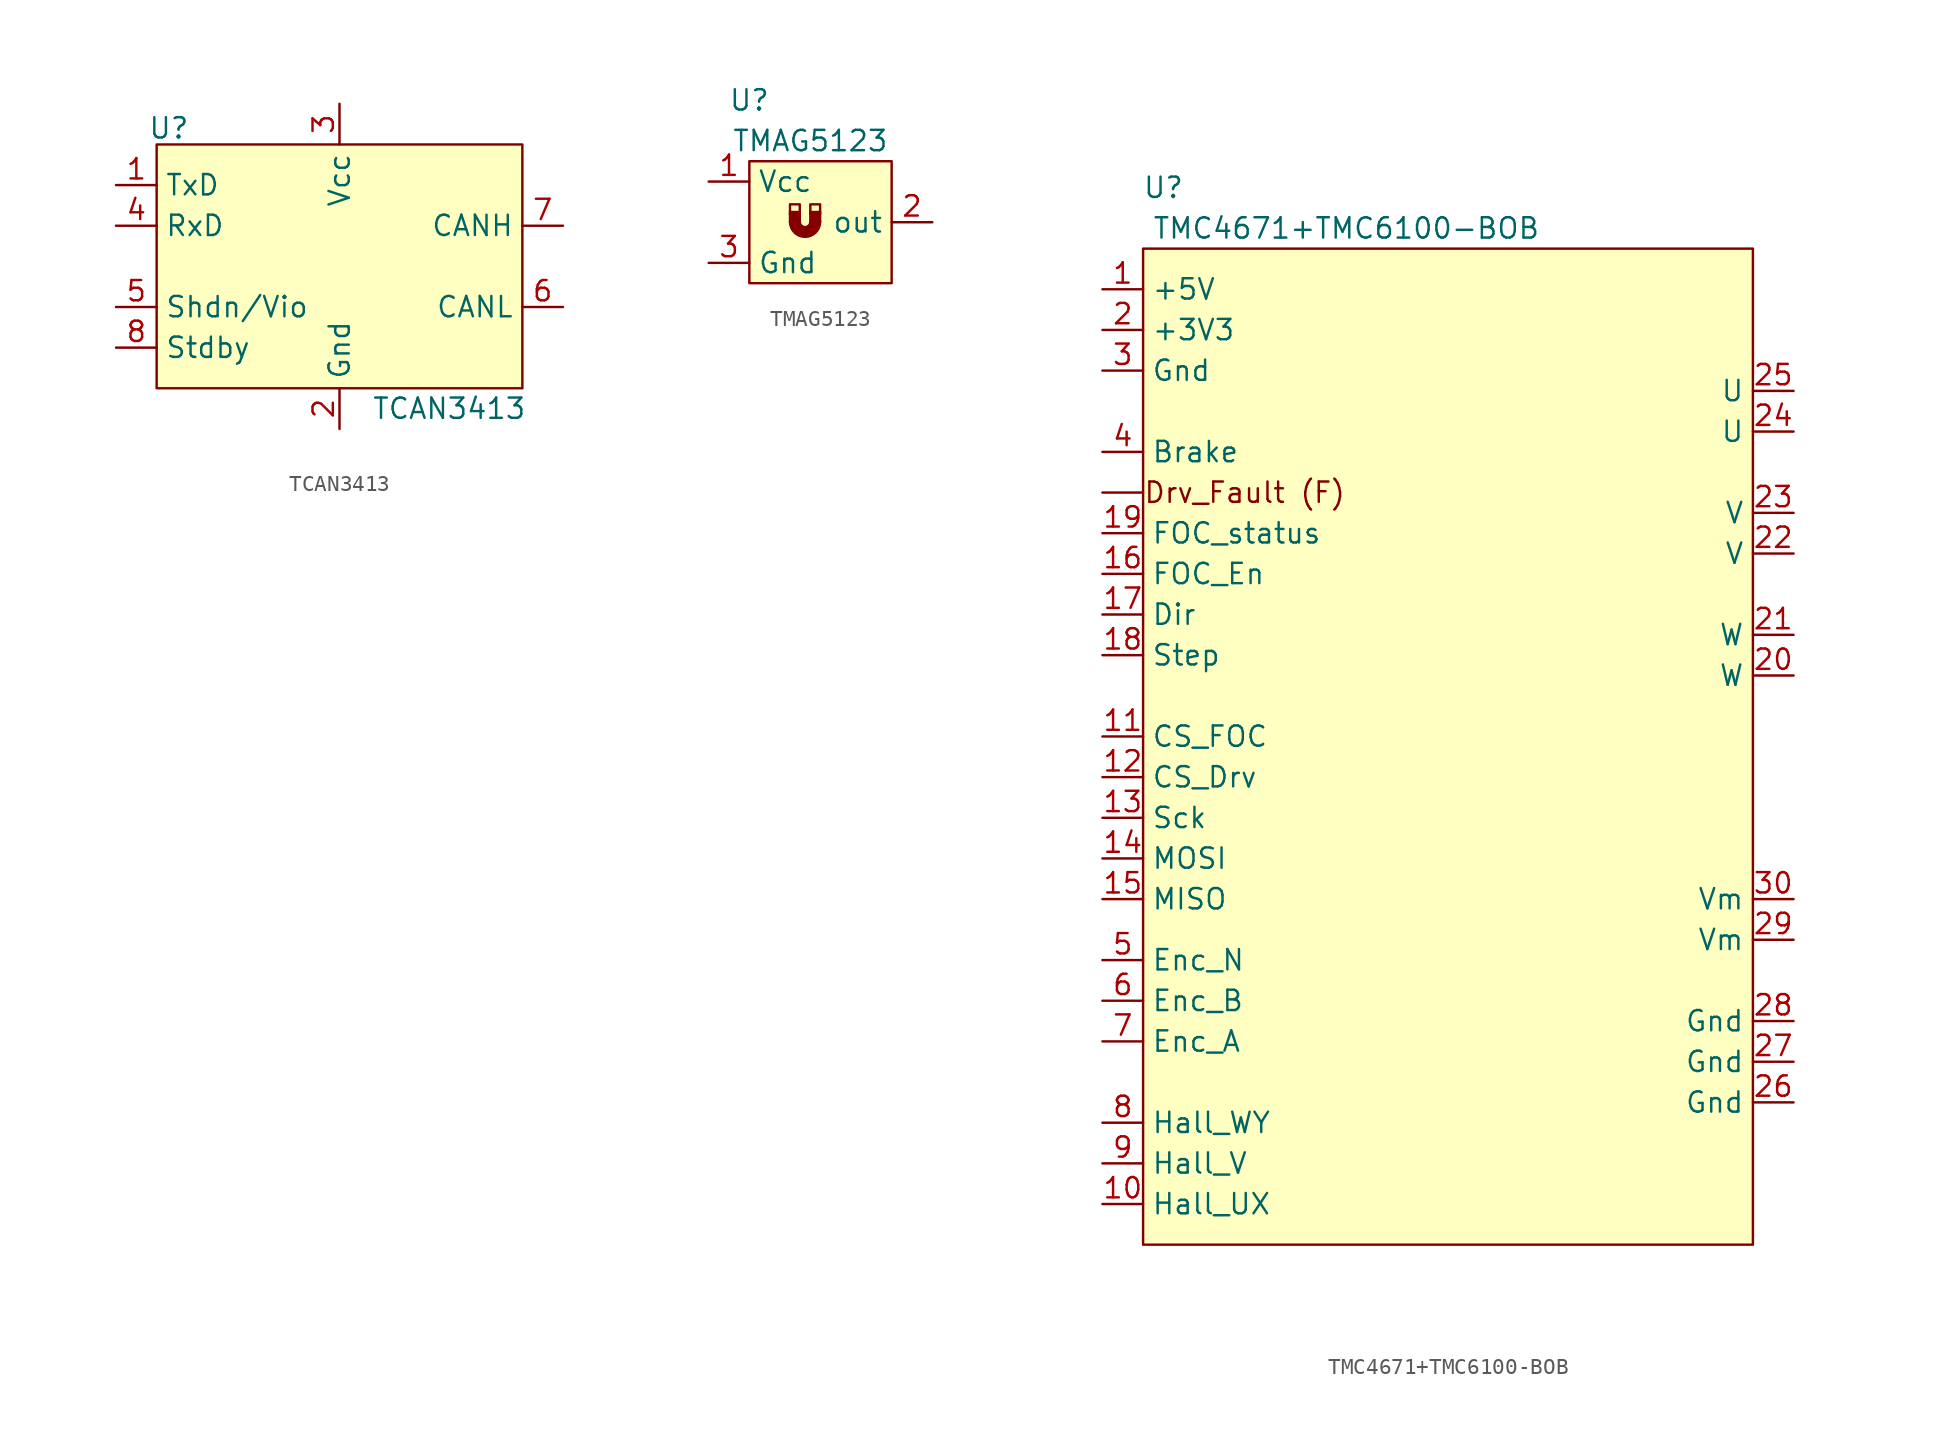
<source format=kicad_sym>
(kicad_symbol_lib
  (version 20241209)
  (generator "kicad_symbol_editor")
  (generator_version "9.0")
  (symbol "TCAN3413"
    (property "Reference" "U"
      (at 3.302 3.556 0)
      (effects (font (size 1.27 1.27))))
    (property "Value" "TCAN3413"
      (at 20.828 -13.97 0)
      (effects (font (size 1.27 1.27))))
    (symbol "TCAN3413_1_1"
      (rectangle (start 2.54 2.54) (end 25.4 -12.7) (stroke (width 0) (type solid)) (fill (type background)))
      (pin input line (at 0 0 0) (length 2.54) (name "TxD" (effects (font (size 1.27 1.27)))) (number "1" (effects (font (size 1.27 1.27)))))
      (pin tri_state line (at 0 -2.54 0) (length 2.54) (name "RxD" (effects (font (size 1.27 1.27)))) (number "4" (effects (font (size 1.27 1.27)))))
      (pin input line (at 0 -7.62 0) (length 2.54) (name "Shdn/Vio" (effects (font (size 1.27 1.27)))) (number "5" (effects (font (size 1.27 1.27)))))
      (pin input line (at 0 -10.16 0) (length 2.54) (name "Stdby" (effects (font (size 1.27 1.27)))) (number "8" (effects (font (size 1.27 1.27)))))
      (pin power_in line (at 13.97 5.08 270) (length 2.54) (name "Vcc" (effects (font (size 1.27 1.27)))) (number "3" (effects (font (size 1.27 1.27)))))
      (pin power_in line (at 13.97 -15.24 90) (length 2.54) (name "Gnd" (effects (font (size 1.27 1.27)))) (number "2" (effects (font (size 1.27 1.27)))))
      (pin bidirectional line (at 27.94 -2.54 180) (length 2.54) (name "CANH" (effects (font (size 1.27 1.27)))) (number "7" (effects (font (size 1.27 1.27)))))
      (pin bidirectional line (at 27.94 -7.62 180) (length 2.54) (name "CANL" (effects (font (size 1.27 1.27)))) (number "6" (effects (font (size 1.27 1.27)))))))
  (symbol "TMAG5123"
    (property "Reference" "U"
      (at 2.54 5.08 0)
      (effects (font (size 1.27 1.27))))
    (property "Value" "TMAG5123"
      (at 6.35 2.54 0)
      (effects (font (size 1.27 1.27))))
    (symbol "TMAG5123_0_1"
      (rectangle (start 5.08 -2.057) (end 5.69 -1.422) (stroke (width 0) (type default)) (fill (type background)))
      (rectangle (start 5.08 -2.54) (end 5.69 -1.905) (stroke (width 0) (type default)) (fill (type outline)))
      (arc (start 6.6548 -2.5146) (mid 6.0198 -3.1469) (end 5.3848 -2.5146) (stroke (width 0.762) (type default)) (fill (type none)))
      (rectangle (start 6.35 -2.057) (end 6.96 -1.422) (stroke (width 0) (type default)) (fill (type background)))
      (rectangle (start 6.35 -2.54) (end 6.96 -1.905) (stroke (width 0) (type default)) (fill (type outline))))
    (symbol "TMAG5123_1_1"
      (rectangle (start 2.54 1.27) (end 11.43 -6.35) (stroke (width 0) (type default)) (fill (type background)))
      (pin power_in line (at 0 0 0) (length 2.54) (name "Vcc" (effects (font (size 1.27 1.27)))) (number "1" (effects (font (size 1.27 1.27)))))
      (pin power_in line (at 0 -5.08 0) (length 2.54) (name "Gnd" (effects (font (size 1.27 1.27)))) (number "3" (effects (font (size 1.27 1.27)))))
      (pin output line (at 13.97 -2.54 180) (length 2.54) (name "out" (effects (font (size 1.27 1.27)))) (number "2" (effects (font (size 1.27 1.27)))))))
  (symbol "TMC4671+TMC6100-BOB"
    (property "Reference" "U"
      (at 3.81 6.35 0)
      (effects (font (size 1.27 1.27))))
    (property "Value" "TMC4671+TMC6100-BOB"
      (at 15.24 3.81 0)
      (effects (font (size 1.27 1.27))))
    (symbol "TMC4671+TMC6100-BOB_1_0"
      (pin output line (at 0 -15.24 0) (length 2.54) (name "FOC_status" (effects (font (size 1.27 1.27)))) (number "19" (effects (font (size 1.27 1.27)))))
      (pin input line (at 0 -17.78 0) (length 2.54) (name "FOC_En" (effects (font (size 1.27 1.27)))) (number "16" (effects (font (size 1.27 1.27)))))
      (pin input line (at 0 -20.32 0) (length 2.54) (name "Dir" (effects (font (size 1.27 1.27)))) (number "17" (effects (font (size 1.27 1.27)))))
      (pin input line (at 0 -22.86 0) (length 2.54) (name "Step" (effects (font (size 1.27 1.27)))) (number "18" (effects (font (size 1.27 1.27)))))
      (pin bidirectional line (at 43.18 -6.35 180) (length 2.54) (name "U" (effects (font (size 1.27 1.27)))) (number "25" (effects (font (size 1.27 1.27)))))
      (pin bidirectional line (at 43.18 -8.89 180) (length 2.54) (name "U" (effects (font (size 1.27 1.27)))) (number "24" (effects (font (size 1.27 1.27)))))
      (pin bidirectional line (at 43.18 -13.97 180) (length 2.54) (name "V" (effects (font (size 1.27 1.27)))) (number "23" (effects (font (size 1.27 1.27)))))
      (pin bidirectional line (at 43.18 -16.51 180) (length 2.54) (name "V" (effects (font (size 1.27 1.27)))) (number "22" (effects (font (size 1.27 1.27)))))
      (pin bidirectional line (at 43.18 -21.59 180) (length 2.54) (name "W" (effects (font (size 1.27 1.27)))) (number "21" (effects (font (size 1.27 1.27)))))
      (pin bidirectional line (at 43.18 -24.13 180) (length 2.54) (name "W" (effects (font (size 1.27 1.27)))) (number "20" (effects (font (size 1.27 1.27)))))
      (pin power_in line (at 43.18 -45.72 180) (length 2.54) (name "Gnd" (effects (font (size 1.27 1.27)))) (number "28" (effects (font (size 1.27 1.27)))))
      (pin power_in line (at 43.18 -48.26 180) (length 2.54) (name "Gnd" (effects (font (size 1.27 1.27)))) (number "27" (effects (font (size 1.27 1.27)))))
      (pin power_in line (at 43.18 -50.8 180) (length 2.54) (name "Gnd" (effects (font (size 1.27 1.27)))) (number "26" (effects (font (size 1.27 1.27))))))
    (symbol "TMC4671+TMC6100-BOB_1_1"
      (polyline (pts (xy 0 -12.7) (xy 2.54 -12.7)) (stroke (width 0) (type default)) (fill (type none)))
      (rectangle (start 2.54 2.54) (end 40.64 -59.69) (stroke (width 0) (type default)) (fill (type background)))
      (text "Drv_Fault (F)" (at 8.89 -12.7 0) (effects (font (size 1.27 1.27))))
      (pin power_in line (at 0 0 0) (length 2.54) (name "+5V" (effects (font (size 1.27 1.27)))) (number "1" (effects (font (size 1.27 1.27)))))
      (pin power_in line (at 0 -2.54 0) (length 2.54) (name "+3V3" (effects (font (size 1.27 1.27)))) (number "2" (effects (font (size 1.27 1.27)))))
      (pin power_in line (at 0 -5.08 0) (length 2.54) (name "Gnd" (effects (font (size 1.27 1.27)))) (number "3" (effects (font (size 1.27 1.27)))))
      (pin output line (at 0 -10.16 0) (length 2.54) (name "Brake" (effects (font (size 1.27 1.27)))) (number "4" (effects (font (size 1.27 1.27)))))
      (pin input line (at 0 -27.94 0) (length 2.54) (name "CS_FOC" (effects (font (size 1.27 1.27)))) (number "11" (effects (font (size 1.27 1.27)))))
      (pin input line (at 0 -30.48 0) (length 2.54) (name "CS_Drv" (effects (font (size 1.27 1.27)))) (number "12" (effects (font (size 1.27 1.27)))))
      (pin input line (at 0 -33.02 0) (length 2.54) (name "Sck" (effects (font (size 1.27 1.27)))) (number "13" (effects (font (size 1.27 1.27)))))
      (pin input line (at 0 -35.56 0) (length 2.54) (name "MOSI" (effects (font (size 1.27 1.27)))) (number "14" (effects (font (size 1.27 1.27)))))
      (pin output line (at 0 -38.1 0) (length 2.54) (name "MISO" (effects (font (size 1.27 1.27)))) (number "15" (effects (font (size 1.27 1.27)))))
      (pin input line (at 0 -41.91 0) (length 2.54) (name "Enc_N" (effects (font (size 1.27 1.27)))) (number "5" (effects (font (size 1.27 1.27)))))
      (pin input line (at 0 -44.45 0) (length 2.54) (name "Enc_B" (effects (font (size 1.27 1.27)))) (number "6" (effects (font (size 1.27 1.27)))))
      (pin input line (at 0 -46.99 0) (length 2.54) (name "Enc_A" (effects (font (size 1.27 1.27)))) (number "7" (effects (font (size 1.27 1.27)))))
      (pin input line (at 0 -52.07 0) (length 2.54) (name "Hall_WY" (effects (font (size 1.27 1.27)))) (number "8" (effects (font (size 1.27 1.27)))))
      (pin input line (at 0 -54.61 0) (length 2.54) (name "Hall_V" (effects (font (size 1.27 1.27)))) (number "9" (effects (font (size 1.27 1.27)))))
      (pin input line (at 0 -57.15 0) (length 2.54) (name "Hall_UX" (effects (font (size 1.27 1.27)))) (number "10" (effects (font (size 1.27 1.27)))))
      (pin power_in line (at 43.18 -38.1 180) (length 2.54) (name "Vm" (effects (font (size 1.27 1.27)))) (number "30" (effects (font (size 1.27 1.27)))))
      (pin power_in line (at 43.18 -40.64 180) (length 2.54) (name "Vm" (effects (font (size 1.27 1.27)))) (number "29" (effects (font (size 1.27 1.27))))))))
</source>
